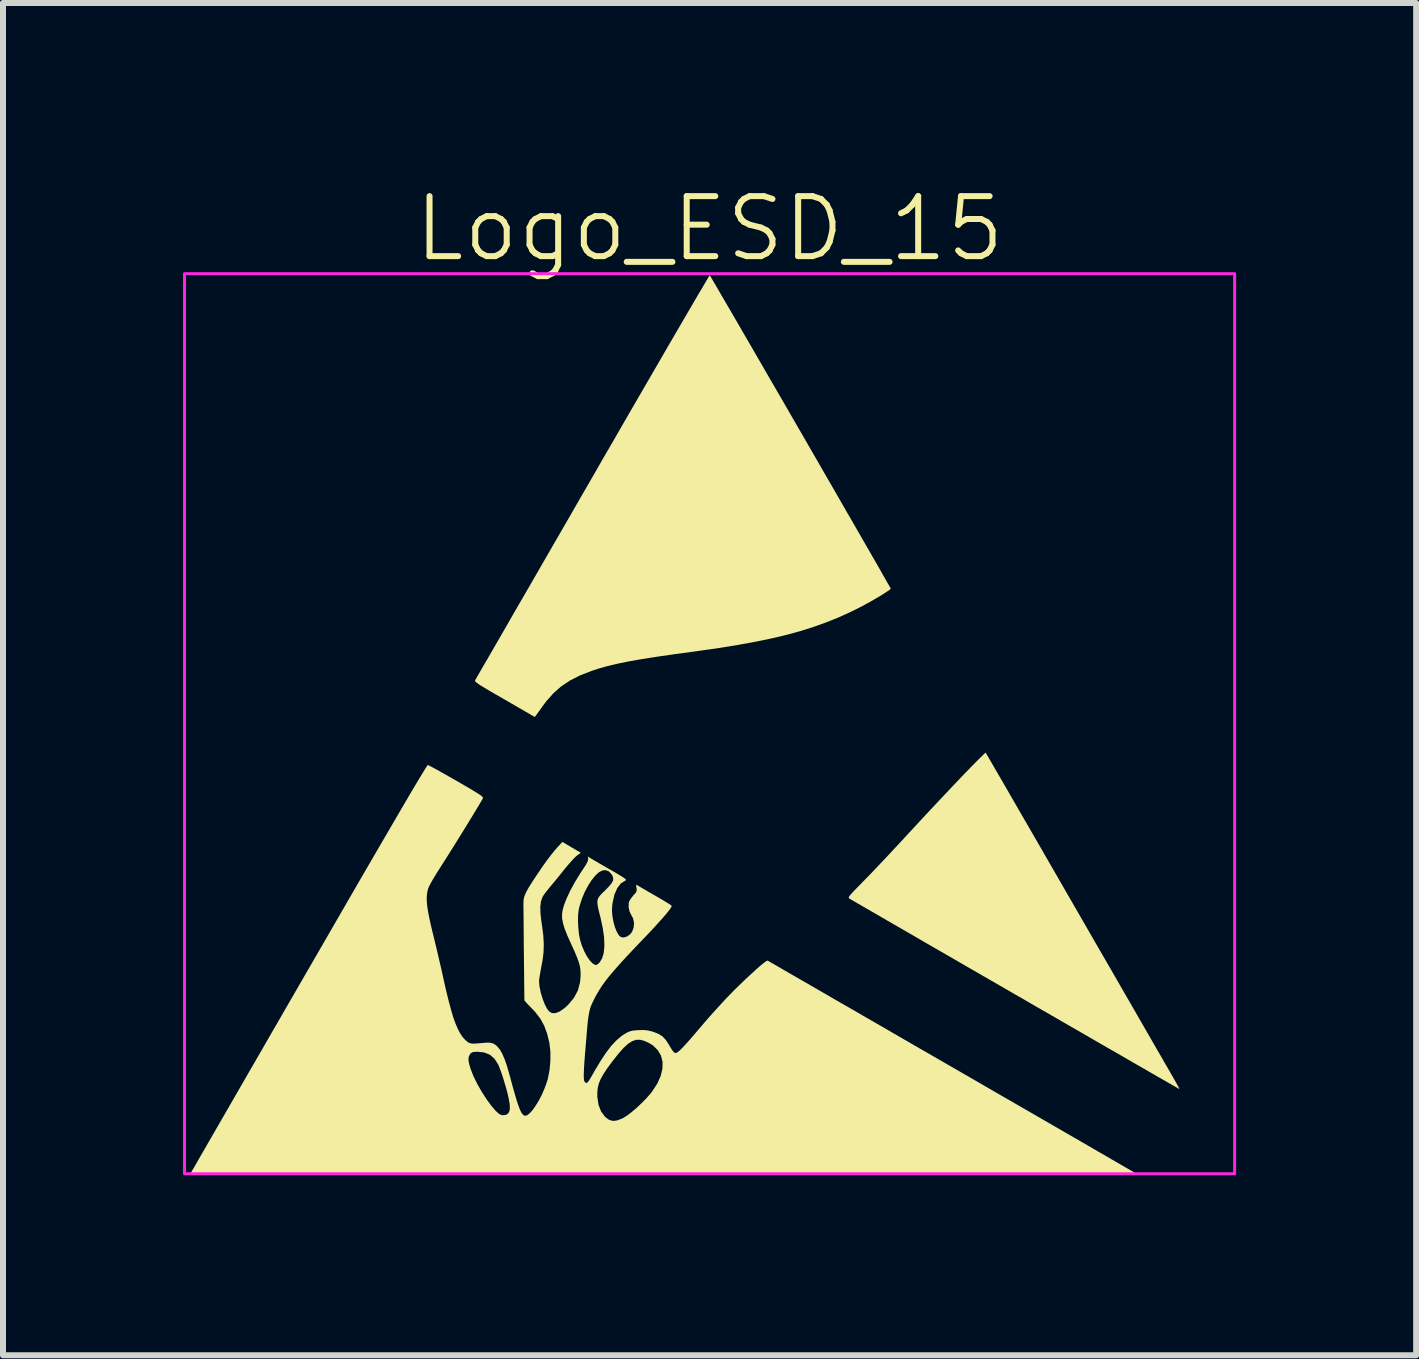
<source format=kicad_pcb>
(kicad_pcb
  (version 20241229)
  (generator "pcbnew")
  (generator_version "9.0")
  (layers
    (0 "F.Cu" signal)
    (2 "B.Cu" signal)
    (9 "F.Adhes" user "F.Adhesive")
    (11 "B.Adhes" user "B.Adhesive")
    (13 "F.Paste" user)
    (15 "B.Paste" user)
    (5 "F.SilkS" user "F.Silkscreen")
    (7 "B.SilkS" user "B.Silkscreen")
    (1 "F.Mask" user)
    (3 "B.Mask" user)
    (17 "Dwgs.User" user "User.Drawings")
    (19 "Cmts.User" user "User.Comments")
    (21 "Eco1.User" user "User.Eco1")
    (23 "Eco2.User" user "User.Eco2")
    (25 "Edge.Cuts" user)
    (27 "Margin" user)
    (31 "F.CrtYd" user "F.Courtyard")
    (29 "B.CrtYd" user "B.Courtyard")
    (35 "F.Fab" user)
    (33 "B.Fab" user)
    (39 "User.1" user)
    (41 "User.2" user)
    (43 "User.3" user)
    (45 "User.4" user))
  (footprint "Logo_ESD_15"
    (layer "F.Cu")
    (at 8.775 9.011)
    (property "Reference" "Logo_ESD_15" (at 0 -8.25 0) (unlocked yes) (layer "F.SilkS") (effects (font (size 1 1) (thickness 0.1))))
    (attr smd exclude_from_pos_files exclude_from_bom)
    (fp_poly (pts (xy 4.623 0.519) (xy 4.633 0.536) (xy 4.658 0.58) (xy 4.698 0.648) (xy 4.751 0.74) (xy 4.816 0.852) (xy 4.893 0.985) (xy 4.98 1.135) (xy 5.076 1.302) (xy 5.181 1.484) (xy 5.294 1.679) (xy 5.413 1.885) (xy 5.538 2.101) (xy 5.667 2.326) (xy 5.8 2.556) (xy 5.936 2.792) (xy 6.074 3.031) (xy 6.213 3.272) (xy 6.351 3.512) (xy 6.489 3.751) (xy 6.625 3.986) (xy 6.758 4.216) (xy 6.886 4.439) (xy 7.011 4.655) (xy 7.129 4.86) (xy 7.24 5.053) (xy 7.344 5.233) (xy 7.439 5.399) (xy 7.525 5.547) (xy 7.6 5.678) (xy 7.664 5.788) (xy 7.715 5.877) (xy 7.753 5.943) (xy 7.776 5.984) (xy 7.782 5.995) (xy 7.808 6.042) (xy 7.824 6.075) (xy 7.829 6.088) (xy 7.814 6.08) (xy 7.773 6.056) (xy 7.707 6.018) (xy 7.617 5.967) (xy 7.504 5.902) (xy 7.37 5.825) (xy 7.216 5.736) (xy 7.043 5.637) (xy 6.854 5.527) (xy 6.648 5.409) (xy 6.428 5.282) (xy 6.195 5.147) (xy 5.95 5.006) (xy 5.694 4.858) (xy 5.429 4.706) (xy 5.157 4.548) (xy 5.094 4.512) (xy 4.819 4.353) (xy 4.552 4.199) (xy 4.293 4.05) (xy 4.045 3.906) (xy 3.807 3.769) (xy 3.582 3.639) (xy 3.372 3.517) (xy 3.176 3.404) (xy 2.998 3.301) (xy 2.838 3.208) (xy 2.697 3.127) (xy 2.577 3.057) (xy 2.479 3.001) (xy 2.405 2.958) (xy 2.356 2.929) (xy 2.333 2.916) (xy 2.332 2.915) (xy 2.322 2.907) (xy 2.319 2.897) (xy 2.324 2.881) (xy 2.341 2.858) (xy 2.371 2.823) (xy 2.417 2.774) (xy 2.482 2.708) (xy 2.559 2.629) (xy 2.629 2.558) (xy 2.716 2.468) (xy 2.816 2.362) (xy 2.927 2.245) (xy 3.042 2.122) (xy 3.16 1.996) (xy 3.274 1.872) (xy 3.303 1.841) (xy 3.451 1.681) (xy 3.6 1.52) (xy 3.748 1.362) (xy 3.891 1.21) (xy 4.027 1.066) (xy 4.154 0.932) (xy 4.269 0.812) (xy 4.369 0.709) (xy 4.453 0.624) (xy 4.502 0.575) (xy 4.599 0.481)) (stroke (width 0) (type solid)) (fill yes) (layer "F.SilkS"))
    (fp_poly (pts (xy 0.012 -7.459) (xy 0.036 -7.418) (xy 0.074 -7.353) (xy 0.126 -7.265) (xy 0.189 -7.156) (xy 0.264 -7.027) (xy 0.35 -6.88) (xy 0.445 -6.717) (xy 0.548 -6.539) (xy 0.658 -6.349) (xy 0.775 -6.147) (xy 0.897 -5.936) (xy 1.024 -5.716) (xy 1.155 -5.491) (xy 1.288 -5.261) (xy 1.422 -5.028) (xy 1.558 -4.794) (xy 1.693 -4.56) (xy 1.826 -4.329) (xy 1.957 -4.101) (xy 2.086 -3.879) (xy 2.209 -3.664) (xy 2.328 -3.458) (xy 2.441 -3.262) (xy 2.546 -3.079) (xy 2.644 -2.91) (xy 2.732 -2.756) (xy 2.811 -2.619) (xy 2.878 -2.501) (xy 2.933 -2.404) (xy 2.976 -2.329) (xy 3.005 -2.278) (xy 3.018 -2.253) (xy 3.02 -2.25) (xy 3.006 -2.237) (xy 2.969 -2.21) (xy 2.914 -2.174) (xy 2.845 -2.131) (xy 2.767 -2.085) (xy 2.684 -2.037) (xy 2.602 -1.992) (xy 2.531 -1.953) (xy 2.337 -1.857) (xy 2.142 -1.769) (xy 1.943 -1.689) (xy 1.736 -1.615) (xy 1.519 -1.546) (xy 1.289 -1.483) (xy 1.042 -1.424) (xy 0.776 -1.369) (xy 0.488 -1.316) (xy 0.175 -1.265) (xy -0.166 -1.216) (xy -0.315 -1.195) (xy -0.576 -1.16) (xy -0.807 -1.127) (xy -1.013 -1.096) (xy -1.194 -1.066) (xy -1.356 -1.037) (xy -1.499 -1.008) (xy -1.628 -0.979) (xy -1.745 -0.949) (xy -1.853 -0.918) (xy -1.954 -0.885) (xy -1.969 -0.88) (xy -2.162 -0.804) (xy -2.328 -0.719) (xy -2.474 -0.622) (xy -2.604 -0.507) (xy -2.725 -0.37) (xy -2.805 -0.262) (xy -2.846 -0.203) (xy -2.881 -0.155) (xy -2.904 -0.123) (xy -2.912 -0.113) (xy -2.926 -0.121) (xy -2.965 -0.143) (xy -3.025 -0.178) (xy -3.105 -0.224) (xy -3.199 -0.278) (xy -3.306 -0.34) (xy -3.42 -0.406) (xy -3.552 -0.482) (xy -3.659 -0.544) (xy -3.742 -0.594) (xy -3.806 -0.632) (xy -3.852 -0.662) (xy -3.882 -0.684) (xy -3.9 -0.7) (xy -3.908 -0.712) (xy -3.908 -0.722) (xy -3.904 -0.732) (xy -3.903 -0.732) (xy -3.893 -0.749) (xy -3.868 -0.793) (xy -3.828 -0.862) (xy -3.774 -0.956) (xy -3.706 -1.072) (xy -3.626 -1.211) (xy -3.534 -1.37) (xy -3.431 -1.548) (xy -3.318 -1.745) (xy -3.195 -1.959) (xy -3.062 -2.188) (xy -2.921 -2.432) (xy -2.773 -2.689) (xy -2.618 -2.958) (xy -2.456 -3.238) (xy -2.289 -3.527) (xy -2.118 -3.825) (xy -1.946 -4.122) (xy -1.771 -4.427) (xy -1.599 -4.723) (xy -1.433 -5.012) (xy -1.272 -5.29) (xy -1.117 -5.557) (xy -0.969 -5.812) (xy -0.829 -6.054) (xy -0.698 -6.28) (xy -0.575 -6.491) (xy -0.462 -6.685) (xy -0.36 -6.86) (xy -0.269 -7.016) (xy -0.19 -7.151) (xy -0.123 -7.264) (xy -0.07 -7.354) (xy -0.031 -7.42) (xy -0.006 -7.46) (xy 0.003 -7.473)) (stroke (width 0) (type solid)) (fill yes) (layer "F.SilkS"))
    (fp_poly (pts (xy -4.676 0.696) (xy -4.632 0.719) (xy -4.567 0.754) (xy -4.485 0.8) (xy -4.389 0.854) (xy -4.283 0.914) (xy -4.217 0.952) (xy -4.092 1.024) (xy -3.993 1.082) (xy -3.916 1.128) (xy -3.86 1.163) (xy -3.82 1.189) (xy -3.795 1.209) (xy -3.782 1.223) (xy -3.777 1.235) (xy -3.78 1.245) (xy -3.781 1.249) (xy -3.803 1.288) (xy -3.84 1.35) (xy -3.889 1.431) (xy -3.947 1.528) (xy -4.013 1.636) (xy -4.084 1.751) (xy -4.157 1.869) (xy -4.23 1.987) (xy -4.301 2.1) (xy -4.366 2.204) (xy -4.424 2.295) (xy -4.472 2.37) (xy -4.483 2.388) (xy -4.546 2.486) (xy -4.601 2.577) (xy -4.646 2.655) (xy -4.677 2.715) (xy -4.691 2.75) (xy -4.705 2.81) (xy -4.713 2.876) (xy -4.713 2.95) (xy -4.706 3.036) (xy -4.69 3.138) (xy -4.666 3.26) (xy -4.633 3.406) (xy -4.595 3.563) (xy -4.569 3.67) (xy -4.538 3.798) (xy -4.506 3.937) (xy -4.473 4.077) (xy -4.444 4.207) (xy -4.441 4.223) (xy -4.394 4.432) (xy -4.35 4.611) (xy -4.309 4.765) (xy -4.271 4.894) (xy -4.232 5.001) (xy -4.194 5.09) (xy -4.155 5.163) (xy -4.114 5.223) (xy -4.072 5.269) (xy -4.039 5.299) (xy -4.008 5.318) (xy -3.972 5.328) (xy -3.923 5.331) (xy -3.854 5.326) (xy -3.792 5.321) (xy -3.708 5.314) (xy -3.648 5.317) (xy -3.601 5.331) (xy -3.561 5.357) (xy -3.535 5.381) (xy -3.494 5.431) (xy -3.456 5.497) (xy -3.418 5.585) (xy -3.379 5.696) (xy -3.339 5.835) (xy -3.326 5.879) (xy -3.283 6.041) (xy -3.245 6.174) (xy -3.213 6.282) (xy -3.185 6.366) (xy -3.161 6.429) (xy -3.139 6.475) (xy -3.118 6.506) (xy -3.097 6.525) (xy -3.081 6.533) (xy -3.046 6.528) (xy -3.002 6.496) (xy -2.953 6.443) (xy -2.902 6.371) (xy -2.849 6.285) (xy -2.799 6.189) (xy -2.781 6.149) (xy -1.871 6.149) (xy -1.87 6.223) (xy -1.85 6.354) (xy -1.807 6.463) (xy -1.742 6.55) (xy -1.733 6.558) (xy -1.674 6.601) (xy -1.613 6.619) (xy -1.545 6.612) (xy -1.462 6.581) (xy -1.441 6.571) (xy -1.379 6.533) (xy -1.303 6.475) (xy -1.219 6.404) (xy -1.134 6.324) (xy -1.053 6.242) (xy -0.984 6.163) (xy -0.959 6.131) (xy -0.873 6) (xy -0.816 5.873) (xy -0.786 5.751) (xy -0.783 5.637) (xy -0.809 5.533) (xy -0.862 5.441) (xy -0.942 5.362) (xy -1.015 5.317) (xy -1.092 5.283) (xy -1.161 5.266) (xy -1.226 5.268) (xy -1.291 5.29) (xy -1.359 5.334) (xy -1.432 5.401) (xy -1.515 5.494) (xy -1.609 5.613) (xy -1.615 5.62) (xy -1.701 5.736) (xy -1.766 5.834) (xy -1.814 5.919) (xy -1.846 5.996) (xy -1.864 6.071) (xy -1.871 6.149) (xy -2.781 6.149) (xy -2.754 6.087) (xy -2.716 5.984) (xy -2.696 5.918) (xy -2.667 5.773) (xy -2.653 5.618) (xy -2.653 5.464) (xy -2.669 5.325) (xy -2.671 5.312) (xy -2.709 5.159) (xy -2.757 5.03) (xy -2.82 4.916) (xy -2.902 4.808) (xy -2.98 4.725) (xy -3.026 4.678) (xy -3.062 4.639) (xy -3.083 4.614) (xy -3.086 4.608) (xy -3.086 4.59) (xy -3.087 4.543) (xy -3.088 4.471) (xy -3.089 4.378) (xy -3.09 4.268) (xy -3.091 4.144) (xy -3.093 4.011) (xy -3.094 3.872) (xy -3.096 3.731) (xy -3.097 3.591) (xy -3.098 3.457) (xy -3.099 3.332) (xy -3.1 3.219) (xy -3.101 3.124) (xy -3.102 3.049) (xy -3.102 2.998) (xy -3.102 2.984) (xy -3.1 2.939) (xy -3.092 2.896) (xy -3.076 2.849) (xy -3.051 2.795) (xy -3.013 2.728) (xy -2.962 2.646) (xy -2.894 2.542) (xy -2.876 2.516) (xy -2.787 2.384) (xy -2.71 2.276) (xy -2.641 2.185) (xy -2.577 2.106) (xy -2.521 2.043) (xy -2.453 1.97) (xy -2.3 2.06) (xy -2.146 2.15) (xy -2.209 2.196) (xy -2.241 2.224) (xy -2.287 2.273) (xy -2.343 2.335) (xy -2.403 2.406) (xy -2.431 2.44) (xy -2.493 2.519) (xy -2.557 2.597) (xy -2.615 2.667) (xy -2.661 2.722) (xy -2.673 2.737) (xy -2.718 2.792) (xy -2.758 2.845) (xy -2.784 2.887) (xy -2.785 2.89) (xy -2.81 2.96) (xy -2.821 3.051) (xy -2.818 3.166) (xy -2.801 3.306) (xy -2.795 3.347) (xy -2.772 3.517) (xy -2.763 3.668) (xy -2.767 3.811) (xy -2.786 3.957) (xy -2.802 4.04) (xy -2.817 4.121) (xy -2.83 4.197) (xy -2.839 4.257) (xy -2.842 4.293) (xy -2.834 4.38) (xy -2.814 4.477) (xy -2.785 4.576) (xy -2.75 4.669) (xy -2.711 4.745) (xy -2.677 4.792) (xy -2.628 4.822) (xy -2.568 4.823) (xy -2.497 4.795) (xy -2.416 4.738) (xy -2.356 4.683) (xy -2.261 4.569) (xy -2.195 4.446) (xy -2.159 4.31) (xy -2.151 4.229) (xy -2.149 4.16) (xy -2.153 4.097) (xy -2.163 4.034) (xy -2.182 3.967) (xy -2.211 3.888) (xy -2.251 3.793) (xy -2.305 3.675) (xy -2.312 3.66) (xy -2.371 3.528) (xy -2.414 3.419) (xy -2.442 3.328) (xy -2.449 3.292) (xy -2.193 3.292) (xy -2.187 3.407) (xy -2.175 3.517) (xy -2.156 3.609) (xy -2.126 3.705) (xy -2.086 3.797) (xy -2.042 3.879) (xy -1.995 3.947) (xy -1.949 3.995) (xy -1.907 4.019) (xy -1.895 4.021) (xy -1.869 4.01) (xy -1.836 3.983) (xy -1.834 3.98) (xy -1.791 3.911) (xy -1.763 3.816) (xy -1.753 3.698) (xy -1.758 3.559) (xy -1.781 3.401) (xy -1.814 3.247) (xy -1.841 3.14) (xy -1.86 3.058) (xy -1.869 2.996) (xy -1.869 2.948) (xy -1.857 2.909) (xy -1.834 2.872) (xy -1.798 2.832) (xy -1.748 2.784) (xy -1.745 2.781) (xy -1.677 2.712) (xy -1.633 2.658) (xy -1.609 2.614) (xy -1.605 2.574) (xy -1.618 2.534) (xy -1.631 2.511) (xy -1.677 2.461) (xy -1.733 2.44) (xy -1.785 2.445) (xy -1.842 2.473) (xy -1.903 2.529) (xy -1.965 2.605) (xy -2.025 2.699) (xy -2.081 2.804) (xy -2.128 2.917) (xy -2.165 3.032) (xy -2.181 3.098) (xy -2.191 3.185) (xy -2.193 3.292) (xy -2.449 3.292) (xy -2.457 3.25) (xy -2.459 3.179) (xy -2.452 3.119) (xy -2.426 3.022) (xy -2.38 2.905) (xy -2.318 2.774) (xy -2.241 2.634) (xy -2.153 2.49) (xy -2.103 2.415) (xy -2.056 2.342) (xy -2.03 2.29) (xy -2.022 2.255) (xy -2.023 2.25) (xy -2.03 2.212) (xy -1.98 2.243) (xy -1.95 2.261) (xy -1.898 2.291) (xy -1.829 2.332) (xy -1.747 2.379) (xy -1.658 2.431) (xy -1.648 2.436) (xy -1.553 2.491) (xy -1.483 2.533) (xy -1.435 2.563) (xy -1.407 2.584) (xy -1.394 2.598) (xy -1.394 2.607) (xy -1.404 2.614) (xy -1.406 2.615) (xy -1.479 2.662) (xy -1.538 2.738) (xy -1.584 2.843) (xy -1.615 2.977) (xy -1.622 3.023) (xy -1.627 3.109) (xy -1.62 3.202) (xy -1.603 3.297) (xy -1.579 3.387) (xy -1.548 3.464) (xy -1.514 3.523) (xy -1.477 3.556) (xy -1.475 3.556) (xy -1.427 3.562) (xy -1.372 3.544) (xy -1.321 3.506) (xy -1.292 3.468) (xy -1.265 3.397) (xy -1.259 3.318) (xy -1.275 3.243) (xy -1.298 3.2) (xy -1.332 3.134) (xy -1.349 3.059) (xy -1.347 2.988) (xy -1.34 2.962) (xy -1.318 2.922) (xy -1.282 2.875) (xy -1.265 2.855) (xy -1.23 2.817) (xy -1.216 2.788) (xy -1.215 2.754) (xy -1.218 2.736) (xy -1.225 2.697) (xy -1.221 2.684) (xy -1.203 2.692) (xy -1.192 2.699) (xy -1.166 2.714) (xy -1.118 2.743) (xy -1.052 2.781) (xy -0.973 2.827) (xy -0.892 2.873) (xy -0.81 2.921) (xy -0.738 2.964) (xy -0.681 2.999) (xy -0.644 3.024) (xy -0.63 3.036) (xy -0.63 3.036) (xy -0.641 3.062) (xy -0.675 3.11) (xy -0.73 3.178) (xy -0.806 3.265) (xy -0.901 3.37) (xy -1.015 3.493) (xy -1.13 3.613) (xy -1.276 3.766) (xy -1.401 3.899) (xy -1.507 4.016) (xy -1.597 4.118) (xy -1.673 4.208) (xy -1.738 4.29) (xy -1.793 4.367) (xy -1.84 4.44) (xy -1.883 4.513) (xy -1.923 4.589) (xy -1.926 4.594) (xy -1.952 4.649) (xy -1.974 4.698) (xy -1.991 4.747) (xy -2.005 4.801) (xy -2.016 4.865) (xy -2.027 4.943) (xy -2.037 5.042) (xy -2.048 5.167) (xy -2.051 5.208) (xy -2.066 5.384) (xy -2.078 5.53) (xy -2.087 5.65) (xy -2.093 5.747) (xy -2.096 5.822) (xy -2.097 5.878) (xy -2.095 5.919) (xy -2.09 5.947) (xy -2.083 5.965) (xy -2.075 5.974) (xy -2.061 5.984) (xy -2.048 5.986) (xy -2.033 5.976) (xy -2.013 5.951) (xy -1.985 5.906) (xy -1.946 5.839) (xy -1.918 5.789) (xy -1.818 5.622) (xy -1.726 5.483) (xy -1.639 5.369) (xy -1.554 5.278) (xy -1.47 5.206) (xy -1.413 5.168) (xy -1.361 5.139) (xy -1.315 5.122) (xy -1.264 5.112) (xy -1.193 5.106) (xy -1.186 5.106) (xy -1.101 5.104) (xy -1.03 5.111) (xy -0.959 5.128) (xy -0.942 5.133) (xy -0.854 5.167) (xy -0.785 5.21) (xy -0.728 5.271) (xy -0.674 5.355) (xy -0.666 5.369) (xy -0.631 5.427) (xy -0.6 5.469) (xy -0.576 5.487) (xy -0.575 5.487) (xy -0.557 5.486) (xy -0.533 5.473) (xy -0.5 5.447) (xy -0.458 5.406) (xy -0.403 5.347) (xy -0.333 5.269) (xy -0.247 5.169) (xy -0.191 5.103) (xy -0.021 4.905) (xy 0.136 4.73) (xy 0.285 4.569) (xy 0.432 4.419) (xy 0.583 4.273) (xy 0.597 4.259) (xy 0.709 4.156) (xy 0.801 4.072) (xy 0.874 4.009) (xy 0.927 3.968) (xy 0.96 3.948) (xy 0.968 3.947) (xy 0.983 3.956) (xy 1.024 3.98) (xy 1.091 4.018) (xy 1.182 4.071) (xy 1.295 4.137) (xy 1.431 4.215) (xy 1.587 4.305) (xy 1.762 4.406) (xy 1.954 4.517) (xy 2.163 4.638) (xy 2.388 4.767) (xy 2.626 4.905) (xy 2.878 5.05) (xy 3.14 5.202) (xy 3.413 5.36) (xy 3.695 5.522) (xy 3.985 5.69) (xy 4.045 5.724) (xy 4.336 5.892) (xy 4.619 6.056) (xy 4.894 6.215) (xy 5.159 6.368) (xy 5.413 6.514) (xy 5.654 6.654) (xy 5.881 6.785) (xy 6.094 6.908) (xy 6.29 7.021) (xy 6.468 7.125) (xy 6.628 7.217) (xy 6.767 7.298) (xy 6.885 7.366) (xy 6.981 7.422) (xy 7.053 7.463) (xy 7.099 7.49) (xy 7.119 7.502) (xy 7.12 7.502) (xy 7.104 7.503) (xy 7.057 7.503) (xy 6.98 7.504) (xy 6.873 7.504) (xy 6.739 7.504) (xy 6.576 7.505) (xy 6.387 7.505) (xy 6.173 7.505) (xy 5.934 7.506) (xy 5.672 7.506) (xy 5.387 7.506) (xy 5.081 7.507) (xy 4.754 7.507) (xy 4.408 7.507) (xy 4.042 7.507) (xy 3.66 7.508) (xy 3.26 7.508) (xy 2.845 7.508) (xy 2.415 7.508) (xy 1.972 7.508) (xy 1.515 7.508) (xy 1.047 7.508) (xy 0.568 7.508) (xy 0.08 7.509) (xy -0.418 7.509) (xy -0.765 7.509) (xy -8.656 7.509) (xy -8.632 7.464) (xy -8.622 7.446) (xy -8.596 7.402) (xy -8.556 7.332) (xy -8.502 7.237) (xy -8.434 7.12) (xy -8.354 6.981) (xy -8.262 6.821) (xy -8.158 6.641) (xy -8.044 6.444) (xy -7.921 6.23) (xy -7.788 6) (xy -7.647 5.755) (xy -7.55 5.588) (xy -4.019 5.588) (xy -4.012 5.648) (xy -3.99 5.729) (xy -3.979 5.762) (xy -3.934 5.876) (xy -3.871 6.003) (xy -3.797 6.133) (xy -3.716 6.259) (xy -3.634 6.37) (xy -3.568 6.447) (xy -3.523 6.49) (xy -3.488 6.514) (xy -3.454 6.523) (xy -3.435 6.524) (xy -3.384 6.515) (xy -3.352 6.488) (xy -3.334 6.451) (xy -3.328 6.402) (xy -3.332 6.335) (xy -3.348 6.244) (xy -3.351 6.23) (xy -3.369 6.152) (xy -3.394 6.06) (xy -3.423 5.962) (xy -3.453 5.865) (xy -3.483 5.779) (xy -3.509 5.71) (xy -3.524 5.676) (xy -3.585 5.582) (xy -3.66 5.517) (xy -3.752 5.479) (xy -3.857 5.467) (xy -3.915 5.468) (xy -3.952 5.475) (xy -3.976 5.489) (xy -3.99 5.504) (xy -4.011 5.542) (xy -4.019 5.588) (xy -7.55 5.588) (xy -7.498 5.498) (xy -7.343 5.228) (xy -7.181 4.948) (xy -7.013 4.657) (xy -6.841 4.359) (xy -6.665 4.054) (xy -6.664 4.053) (xy -6.424 3.638) (xy -6.2 3.25) (xy -5.992 2.89) (xy -5.8 2.558) (xy -5.623 2.254) (xy -5.462 1.977) (xy -5.316 1.727) (xy -5.186 1.504) (xy -5.072 1.309) (xy -4.973 1.14) (xy -4.889 0.999) (xy -4.82 0.884) (xy -4.766 0.795) (xy -4.728 0.733) (xy -4.704 0.698) (xy -4.696 0.688)) (stroke (width 0) (type solid)) (fill yes) (layer "F.SilkS"))
    (fp_rect (start -8.75 -7.5) (end 8.75 7.5) (stroke (width 0.05) (type default)) (fill no) (layer "F.CrtYd")))
  (gr_rect
    (start -3 -3)
    (end 20.55 19.535)
    (stroke (width 0.1) (type default))
    (fill no)
    (layer "Edge.Cuts")))
</source>
